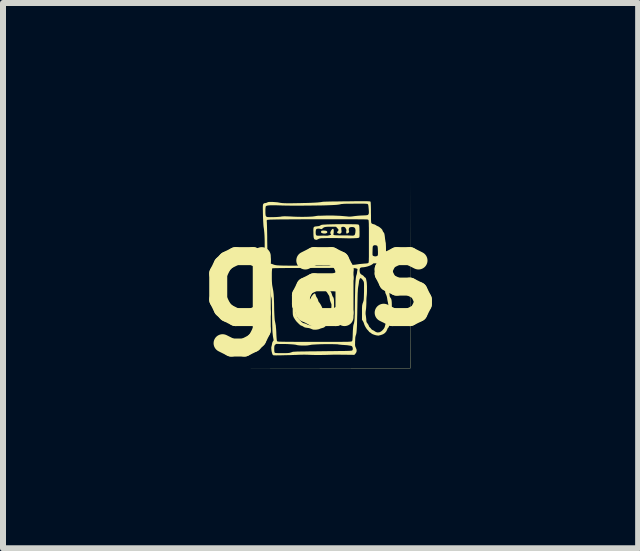
<source format=kicad_pcb>
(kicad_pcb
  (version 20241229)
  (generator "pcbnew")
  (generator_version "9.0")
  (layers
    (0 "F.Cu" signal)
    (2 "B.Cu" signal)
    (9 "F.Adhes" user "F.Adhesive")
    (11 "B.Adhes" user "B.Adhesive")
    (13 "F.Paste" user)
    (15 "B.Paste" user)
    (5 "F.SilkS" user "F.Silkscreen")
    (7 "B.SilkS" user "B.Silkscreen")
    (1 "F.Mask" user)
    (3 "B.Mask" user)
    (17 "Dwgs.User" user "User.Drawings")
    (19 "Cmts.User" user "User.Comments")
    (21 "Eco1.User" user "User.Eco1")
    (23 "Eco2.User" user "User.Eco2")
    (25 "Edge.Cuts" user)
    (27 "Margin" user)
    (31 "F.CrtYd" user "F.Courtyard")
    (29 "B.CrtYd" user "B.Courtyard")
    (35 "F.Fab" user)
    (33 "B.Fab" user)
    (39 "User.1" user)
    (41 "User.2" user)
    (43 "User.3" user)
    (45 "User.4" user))
  (footprint "gas"
    (layer "F.Cu")
    (at 2.293 1.546)
    (property "Reference" "gas" (at 0 0 0) (layer "F.SilkS") (effects (font (size 1.524 1.524) (thickness 0.3))))
    (attr board_only exclude_from_pos_files exclude_from_bom)
    (fp_poly (pts (xy 1.5 1.543) (xy -0.001 1.542) (xy -1.503 1.54) (xy -0.004 1.539) (xy 1.495 1.538) (xy 1.497 -1.546)) (stroke (width 0) (type solid)) (fill yes) (layer "F.SilkS"))
    (fp_poly (pts (xy 0.083 -0.751) (xy 0.101 -0.746) (xy 0.11 -0.736) (xy 0.113 -0.724) (xy 0.108 -0.715) (xy 0.095 -0.708) (xy 0.077 -0.703) (xy 0.056 -0.703) (xy 0.038 -0.706) (xy 0.018 -0.713) (xy 0.008 -0.722) (xy 0.008 -0.734) (xy 0.01 -0.739) (xy 0.014 -0.746) (xy 0.019 -0.75) (xy 0.029 -0.752) (xy 0.047 -0.753) (xy 0.056 -0.753)) (stroke (width 0) (type solid)) (fill yes) (layer "F.SilkS"))
    (fp_poly (pts (xy -0.089 0.301) (xy -0.082 0.316) (xy -0.079 0.329) (xy -0.073 0.346) (xy -0.063 0.363) (xy -0.06 0.368) (xy -0.049 0.385) (xy -0.042 0.404) (xy -0.041 0.409) (xy -0.035 0.428) (xy -0.025 0.443) (xy -0.016 0.453) (xy -0.005 0.47) (xy 0.007 0.49) (xy 0.01 0.496) (xy 0.021 0.518) (xy 0.028 0.534) (xy 0.031 0.55) (xy 0.032 0.568) (xy 0.032 0.579) (xy 0.032 0.6) (xy 0.03 0.614) (xy 0.026 0.624) (xy 0.018 0.635) (xy 0.01 0.645) (xy -0.007 0.66) (xy -0.024 0.674) (xy -0.035 0.681) (xy -0.052 0.69) (xy -0.069 0.699) (xy -0.073 0.701) (xy -0.098 0.709) (xy -0.124 0.707) (xy -0.147 0.697) (xy -0.164 0.686) (xy -0.184 0.676) (xy -0.19 0.673) (xy -0.205 0.665) (xy -0.216 0.655) (xy -0.226 0.639) (xy -0.23 0.631) (xy -0.24 0.613) (xy -0.249 0.599) (xy -0.255 0.592) (xy -0.261 0.58) (xy -0.264 0.563) (xy -0.262 0.545) (xy -0.257 0.53) (xy -0.253 0.524) (xy -0.245 0.513) (xy -0.237 0.497) (xy -0.233 0.485) (xy -0.225 0.464) (xy -0.215 0.45) (xy -0.212 0.449) (xy -0.202 0.438) (xy -0.197 0.428) (xy -0.191 0.415) (xy -0.182 0.401) (xy -0.179 0.398) (xy -0.168 0.382) (xy -0.159 0.364) (xy -0.159 0.362) (xy -0.152 0.349) (xy -0.141 0.334) (xy -0.128 0.318) (xy -0.115 0.305) (xy -0.104 0.297) (xy -0.1 0.296)) (stroke (width 0) (type solid)) (fill yes) (layer "F.SilkS"))
    (fp_poly (pts (xy 0.437 -0.859) (xy 0.447 -0.859) (xy 0.497 -0.859) (xy 0.536 -0.858) (xy 0.568 -0.858) (xy 0.591 -0.857) (xy 0.609 -0.856) (xy 0.621 -0.855) (xy 0.629 -0.853) (xy 0.635 -0.851) (xy 0.638 -0.848) (xy 0.638 -0.848) (xy 0.642 -0.843) (xy 0.644 -0.836) (xy 0.646 -0.825) (xy 0.648 -0.808) (xy 0.649 -0.783) (xy 0.649 -0.75) (xy 0.65 -0.743) (xy 0.65 -0.707) (xy 0.65 -0.679) (xy 0.649 -0.66) (xy 0.648 -0.647) (xy 0.645 -0.64) (xy 0.644 -0.638) (xy 0.64 -0.634) (xy 0.632 -0.632) (xy 0.62 -0.629) (xy 0.602 -0.627) (xy 0.575 -0.626) (xy 0.556 -0.625) (xy 0.523 -0.624) (xy 0.482 -0.623) (xy 0.439 -0.624) (xy 0.397 -0.625) (xy 0.374 -0.625) (xy 0.338 -0.627) (xy 0.294 -0.627) (xy 0.247 -0.628) (xy 0.197 -0.628) (xy 0.15 -0.628) (xy 0.131 -0.628) (xy 0.089 -0.627) (xy 0.055 -0.626) (xy 0.03 -0.626) (xy 0.011 -0.625) (xy -0.003 -0.623) (xy -0.013 -0.621) (xy -0.022 -0.618) (xy -0.03 -0.615) (xy -0.037 -0.611) (xy -0.052 -0.604) (xy -0.062 -0.599) (xy -0.066 -0.598) (xy -0.072 -0.599) (xy -0.083 -0.601) (xy -0.084 -0.601) (xy -0.095 -0.604) (xy -0.104 -0.61) (xy -0.11 -0.622) (xy -0.115 -0.639) (xy -0.117 -0.664) (xy -0.119 -0.698) (xy -0.119 -0.72) (xy -0.119 -0.723) (xy -0.081 -0.723) (xy -0.08 -0.699) (xy -0.077 -0.683) (xy -0.07 -0.673) (xy -0.058 -0.668) (xy -0.038 -0.666) (xy -0.009 -0.667) (xy -0.005 -0.667) (xy 0.023 -0.668) (xy 0.051 -0.669) (xy 0.076 -0.668) (xy 0.085 -0.668) (xy 0.118 -0.668) (xy 0.149 -0.675) (xy 0.15 -0.675) (xy 0.167 -0.681) (xy 0.175 -0.685) (xy 0.176 -0.689) (xy 0.172 -0.694) (xy 0.171 -0.695) (xy 0.163 -0.709) (xy 0.164 -0.727) (xy 0.174 -0.749) (xy 0.177 -0.755) (xy 0.191 -0.773) (xy 0.202 -0.781) (xy 0.211 -0.781) (xy 0.214 -0.778) (xy 0.218 -0.769) (xy 0.22 -0.753) (xy 0.22 -0.734) (xy 0.219 -0.715) (xy 0.216 -0.699) (xy 0.215 -0.697) (xy 0.213 -0.687) (xy 0.218 -0.681) (xy 0.225 -0.678) (xy 0.236 -0.676) (xy 0.258 -0.674) (xy 0.289 -0.673) (xy 0.329 -0.672) (xy 0.379 -0.672) (xy 0.436 -0.672) (xy 0.45 -0.672) (xy 0.47 -0.671) (xy 0.495 -0.67) (xy 0.503 -0.669) (xy 0.531 -0.668) (xy 0.551 -0.67) (xy 0.565 -0.676) (xy 0.573 -0.688) (xy 0.578 -0.707) (xy 0.581 -0.725) (xy 0.583 -0.758) (xy 0.579 -0.782) (xy 0.569 -0.799) (xy 0.552 -0.809) (xy 0.527 -0.812) (xy 0.525 -0.812) (xy 0.501 -0.81) (xy 0.485 -0.805) (xy 0.476 -0.795) (xy 0.471 -0.78) (xy 0.47 -0.761) (xy 0.474 -0.745) (xy 0.474 -0.745) (xy 0.477 -0.732) (xy 0.471 -0.72) (xy 0.455 -0.709) (xy 0.451 -0.707) (xy 0.44 -0.702) (xy 0.434 -0.703) (xy 0.43 -0.711) (xy 0.427 -0.728) (xy 0.429 -0.744) (xy 0.432 -0.758) (xy 0.43 -0.769) (xy 0.423 -0.784) (xy 0.421 -0.787) (xy 0.412 -0.802) (xy 0.402 -0.81) (xy 0.388 -0.814) (xy 0.387 -0.815) (xy 0.369 -0.815) (xy 0.355 -0.812) (xy 0.348 -0.807) (xy 0.345 -0.8) (xy 0.345 -0.787) (xy 0.346 -0.775) (xy 0.348 -0.756) (xy 0.35 -0.739) (xy 0.35 -0.732) (xy 0.348 -0.719) (xy 0.338 -0.708) (xy 0.327 -0.701) (xy 0.317 -0.7) (xy 0.303 -0.703) (xy 0.301 -0.704) (xy 0.283 -0.711) (xy 0.276 -0.72) (xy 0.279 -0.732) (xy 0.287 -0.741) (xy 0.296 -0.753) (xy 0.301 -0.761) (xy 0.301 -0.763) (xy 0.298 -0.77) (xy 0.289 -0.782) (xy 0.28 -0.792) (xy 0.258 -0.816) (xy 0.187 -0.817) (xy 0.146 -0.817) (xy 0.114 -0.816) (xy 0.09 -0.814) (xy 0.071 -0.811) (xy 0.058 -0.806) (xy 0.046 -0.799) (xy 0.038 -0.792) (xy 0.026 -0.781) (xy 0.018 -0.777) (xy 0.008 -0.778) (xy 0.004 -0.779) (xy -0.012 -0.783) (xy -0.031 -0.785) (xy -0.038 -0.785) (xy -0.057 -0.783) (xy -0.069 -0.777) (xy -0.077 -0.764) (xy -0.08 -0.744) (xy -0.081 -0.723) (xy -0.119 -0.723) (xy -0.12 -0.755) (xy -0.119 -0.781) (xy -0.117 -0.799) (xy -0.111 -0.81) (xy -0.102 -0.817) (xy -0.087 -0.821) (xy -0.068 -0.823) (xy -0.057 -0.824) (xy -0.032 -0.827) (xy -0.014 -0.832) (xy -0.001 -0.839) (xy 0.005 -0.843) (xy 0.012 -0.846) (xy 0.021 -0.849) (xy 0.034 -0.85) (xy 0.051 -0.852) (xy 0.076 -0.853) (xy 0.109 -0.855) (xy 0.141 -0.856) (xy 0.179 -0.857) (xy 0.225 -0.858) (xy 0.277 -0.859) (xy 0.331 -0.859) (xy 0.386 -0.86)) (stroke (width 0) (type solid)) (fill yes) (layer "F.SilkS"))
    (fp_poly (pts (xy -0.036 0.141) (xy -0.009 0.145) (xy 0.012 0.152) (xy 0.024 0.159) (xy 0.042 0.169) (xy 0.063 0.177) (xy 0.067 0.178) (xy 0.087 0.186) (xy 0.106 0.198) (xy 0.111 0.203) (xy 0.139 0.229) (xy 0.16 0.253) (xy 0.175 0.274) (xy 0.185 0.297) (xy 0.19 0.314) (xy 0.196 0.332) (xy 0.201 0.344) (xy 0.204 0.349) (xy 0.204 0.349) (xy 0.209 0.354) (xy 0.215 0.365) (xy 0.217 0.371) (xy 0.22 0.38) (xy 0.222 0.392) (xy 0.224 0.408) (xy 0.225 0.429) (xy 0.225 0.458) (xy 0.226 0.495) (xy 0.226 0.518) (xy 0.226 0.563) (xy 0.225 0.598) (xy 0.224 0.624) (xy 0.222 0.642) (xy 0.22 0.652) (xy 0.219 0.654) (xy 0.212 0.666) (xy 0.202 0.681) (xy 0.2 0.683) (xy 0.192 0.699) (xy 0.188 0.714) (xy 0.188 0.716) (xy 0.188 0.722) (xy 0.186 0.728) (xy 0.182 0.735) (xy 0.175 0.745) (xy 0.163 0.758) (xy 0.146 0.776) (xy 0.123 0.8) (xy 0.109 0.815) (xy 0.088 0.836) (xy 0.073 0.85) (xy 0.061 0.86) (xy 0.051 0.865) (xy 0.039 0.869) (xy 0.034 0.87) (xy 0.013 0.876) (xy -0.008 0.883) (xy -0.014 0.886) (xy -0.034 0.893) (xy -0.061 0.898) (xy -0.089 0.9) (xy -0.115 0.899) (xy -0.124 0.898) (xy -0.141 0.892) (xy -0.16 0.884) (xy -0.163 0.883) (xy -0.18 0.876) (xy -0.204 0.871) (xy -0.223 0.869) (xy -0.248 0.865) (xy -0.267 0.86) (xy -0.283 0.851) (xy -0.286 0.849) (xy -0.301 0.84) (xy -0.314 0.834) (xy -0.319 0.834) (xy -0.328 0.83) (xy -0.341 0.821) (xy -0.35 0.813) (xy -0.363 0.801) (xy -0.374 0.79) (xy -0.377 0.787) (xy -0.399 0.765) (xy -0.42 0.738) (xy -0.431 0.721) (xy -0.442 0.703) (xy -0.45 0.689) (xy -0.455 0.675) (xy -0.459 0.661) (xy -0.462 0.644) (xy -0.463 0.623) (xy -0.464 0.596) (xy -0.464 0.56) (xy -0.464 0.549) (xy -0.422 0.549) (xy -0.422 0.576) (xy -0.421 0.595) (xy -0.419 0.608) (xy -0.416 0.618) (xy -0.411 0.627) (xy -0.408 0.632) (xy -0.397 0.651) (xy -0.389 0.673) (xy -0.387 0.679) (xy -0.384 0.692) (xy -0.377 0.704) (xy -0.367 0.717) (xy -0.352 0.734) (xy -0.339 0.747) (xy -0.319 0.766) (xy -0.305 0.779) (xy -0.293 0.787) (xy -0.282 0.791) (xy -0.272 0.793) (xy -0.251 0.799) (xy -0.231 0.808) (xy -0.227 0.81) (xy -0.208 0.819) (xy -0.179 0.826) (xy -0.143 0.83) (xy -0.102 0.832) (xy -0.057 0.831) (xy -0.026 0.829) (xy -0.004 0.826) (xy 0.011 0.823) (xy 0.022 0.818) (xy 0.032 0.809) (xy 0.034 0.808) (xy 0.045 0.797) (xy 0.054 0.791) (xy 0.056 0.79) (xy 0.063 0.787) (xy 0.071 0.778) (xy 0.078 0.769) (xy 0.081 0.764) (xy 0.085 0.759) (xy 0.094 0.753) (xy 0.105 0.744) (xy 0.111 0.735) (xy 0.116 0.725) (xy 0.126 0.712) (xy 0.13 0.707) (xy 0.139 0.694) (xy 0.146 0.678) (xy 0.151 0.655) (xy 0.153 0.646) (xy 0.158 0.623) (xy 0.164 0.601) (xy 0.169 0.584) (xy 0.169 0.583) (xy 0.174 0.567) (xy 0.178 0.545) (xy 0.181 0.521) (xy 0.181 0.519) (xy 0.182 0.496) (xy 0.182 0.479) (xy 0.178 0.465) (xy 0.172 0.449) (xy 0.169 0.444) (xy 0.156 0.403) (xy 0.152 0.377) (xy 0.148 0.351) (xy 0.142 0.332) (xy 0.137 0.325) (xy 0.127 0.31) (xy 0.116 0.291) (xy 0.114 0.288) (xy 0.104 0.273) (xy 0.089 0.256) (xy 0.076 0.244) (xy 0.058 0.231) (xy 0.042 0.223) (xy 0.022 0.217) (xy 0.009 0.215) (xy -0.013 0.211) (xy -0.032 0.206) (xy -0.045 0.201) (xy -0.069 0.195) (xy -0.098 0.195) (xy -0.131 0.201) (xy -0.132 0.201) (xy -0.154 0.206) (xy -0.179 0.211) (xy -0.188 0.212) (xy -0.209 0.217) (xy -0.225 0.224) (xy -0.235 0.233) (xy -0.249 0.246) (xy -0.267 0.262) (xy -0.277 0.272) (xy -0.297 0.289) (xy -0.316 0.307) (xy -0.332 0.323) (xy -0.343 0.336) (xy -0.349 0.344) (xy -0.349 0.345) (xy -0.353 0.351) (xy -0.362 0.361) (xy -0.368 0.366) (xy -0.381 0.381) (xy -0.388 0.398) (xy -0.39 0.409) (xy -0.394 0.427) (xy -0.401 0.443) (xy -0.404 0.447) (xy -0.411 0.457) (xy -0.416 0.468) (xy -0.419 0.483) (xy -0.421 0.504) (xy -0.422 0.533) (xy -0.422 0.549) (xy -0.464 0.549) (xy -0.464 0.543) (xy -0.464 0.504) (xy -0.464 0.475) (xy -0.464 0.453) (xy -0.463 0.437) (xy -0.461 0.426) (xy -0.458 0.418) (xy -0.455 0.411) (xy -0.454 0.41) (xy -0.447 0.399) (xy -0.441 0.393) (xy -0.44 0.393) (xy -0.437 0.388) (xy -0.433 0.376) (xy -0.43 0.367) (xy -0.423 0.347) (xy -0.412 0.328) (xy -0.409 0.323) (xy -0.397 0.307) (xy -0.387 0.291) (xy -0.386 0.288) (xy -0.374 0.272) (xy -0.355 0.254) (xy -0.332 0.236) (xy -0.308 0.221) (xy -0.306 0.22) (xy -0.287 0.209) (xy -0.269 0.196) (xy -0.265 0.193) (xy -0.25 0.183) (xy -0.237 0.178) (xy -0.233 0.177) (xy -0.21 0.172) (xy -0.186 0.156) (xy -0.184 0.154) (xy -0.177 0.149) (xy -0.167 0.146) (xy -0.153 0.143) (xy -0.132 0.142) (xy -0.113 0.141) (xy -0.07 0.14)) (stroke (width 0) (type solid)) (fill yes) (layer "F.SilkS"))
    (fp_poly (pts (xy 0.751 -1.242) (xy 0.776 -1.242) (xy 0.795 -1.241) (xy 0.81 -1.24) (xy 0.82 -1.239) (xy 0.826 -1.238) (xy 0.83 -1.237) (xy 0.832 -1.235) (xy 0.834 -1.23) (xy 0.836 -1.22) (xy 0.837 -1.202) (xy 0.838 -1.178) (xy 0.839 -1.145) (xy 0.84 -1.104) (xy 0.84 -1.054) (xy 0.841 -1.006) (xy 0.841 -0.968) (xy 0.841 -0.939) (xy 0.842 -0.916) (xy 0.843 -0.9) (xy 0.844 -0.889) (xy 0.846 -0.881) (xy 0.848 -0.877) (xy 0.851 -0.873) (xy 0.853 -0.871) (xy 0.866 -0.864) (xy 0.884 -0.859) (xy 0.886 -0.858) (xy 0.905 -0.853) (xy 0.922 -0.843) (xy 0.923 -0.842) (xy 0.939 -0.832) (xy 0.957 -0.824) (xy 0.958 -0.824) (xy 0.97 -0.818) (xy 0.986 -0.807) (xy 1.002 -0.794) (xy 1.017 -0.78) (xy 1.028 -0.767) (xy 1.032 -0.759) (xy 1.032 -0.758) (xy 1.036 -0.747) (xy 1.044 -0.732) (xy 1.056 -0.717) (xy 1.061 -0.708) (xy 1.065 -0.694) (xy 1.069 -0.672) (xy 1.073 -0.641) (xy 1.073 -0.639) (xy 1.076 -0.611) (xy 1.08 -0.586) (xy 1.083 -0.566) (xy 1.086 -0.554) (xy 1.088 -0.542) (xy 1.089 -0.521) (xy 1.09 -0.495) (xy 1.091 -0.464) (xy 1.091 -0.431) (xy 1.091 -0.399) (xy 1.09 -0.37) (xy 1.089 -0.345) (xy 1.087 -0.328) (xy 1.087 -0.325) (xy 1.086 -0.316) (xy 1.085 -0.306) (xy 1.085 -0.293) (xy 1.086 -0.276) (xy 1.088 -0.253) (xy 1.091 -0.223) (xy 1.096 -0.185) (xy 1.098 -0.164) (xy 1.102 -0.131) (xy 1.105 -0.093) (xy 1.108 -0.052) (xy 1.11 -0.015) (xy 1.111 -0.011) (xy 1.112 0.022) (xy 1.115 0.054) (xy 1.118 0.083) (xy 1.121 0.105) (xy 1.122 0.11) (xy 1.131 0.152) (xy 1.137 0.186) (xy 1.141 0.215) (xy 1.145 0.244) (xy 1.147 0.274) (xy 1.148 0.287) (xy 1.15 0.314) (xy 1.152 0.334) (xy 1.154 0.347) (xy 1.158 0.356) (xy 1.164 0.364) (xy 1.165 0.366) (xy 1.172 0.376) (xy 1.178 0.387) (xy 1.182 0.402) (xy 1.185 0.421) (xy 1.187 0.446) (xy 1.188 0.478) (xy 1.188 0.52) (xy 1.188 0.53) (xy 1.188 0.58) (xy 1.186 0.622) (xy 1.184 0.654) (xy 1.181 0.68) (xy 1.177 0.699) (xy 1.171 0.713) (xy 1.167 0.719) (xy 1.161 0.731) (xy 1.156 0.749) (xy 1.152 0.774) (xy 1.15 0.785) (xy 1.146 0.819) (xy 1.141 0.843) (xy 1.135 0.859) (xy 1.128 0.867) (xy 1.126 0.868) (xy 1.121 0.874) (xy 1.114 0.887) (xy 1.111 0.898) (xy 1.096 0.928) (xy 1.073 0.955) (xy 1.043 0.975) (xy 1.016 0.985) (xy 0.996 0.991) (xy 0.978 0.995) (xy 0.968 0.998) (xy 0.953 0.997) (xy 0.931 0.994) (xy 0.907 0.988) (xy 0.883 0.98) (xy 0.863 0.972) (xy 0.85 0.964) (xy 0.85 0.964) (xy 0.836 0.952) (xy 0.821 0.943) (xy 0.811 0.936) (xy 0.807 0.931) (xy 0.807 0.931) (xy 0.803 0.924) (xy 0.794 0.914) (xy 0.793 0.913) (xy 0.777 0.896) (xy 0.76 0.873) (xy 0.745 0.847) (xy 0.733 0.823) (xy 0.726 0.803) (xy 0.719 0.782) (xy 0.709 0.761) (xy 0.705 0.755) (xy 0.691 0.734) (xy 0.691 0.613) (xy 0.691 0.574) (xy 0.691 0.544) (xy 0.692 0.521) (xy 0.693 0.503) (xy 0.695 0.489) (xy 0.698 0.477) (xy 0.701 0.464) (xy 0.706 0.451) (xy 0.707 0.449) (xy 0.711 0.436) (xy 0.715 0.424) (xy 0.718 0.412) (xy 0.72 0.399) (xy 0.721 0.382) (xy 0.722 0.361) (xy 0.723 0.333) (xy 0.724 0.297) (xy 0.725 0.264) (xy 0.725 0.212) (xy 0.725 0.17) (xy 0.725 0.139) (xy 0.723 0.116) (xy 0.721 0.103) (xy 0.721 0.103) (xy 0.714 0.088) (xy 0.702 0.07) (xy 0.693 0.059) (xy 0.68 0.046) (xy 0.671 0.04) (xy 0.664 0.04) (xy 0.663 0.041) (xy 0.654 0.052) (xy 0.646 0.07) (xy 0.641 0.091) (xy 0.64 0.103) (xy 0.639 0.117) (xy 0.636 0.138) (xy 0.632 0.163) (xy 0.629 0.179) (xy 0.627 0.191) (xy 0.625 0.205) (xy 0.623 0.221) (xy 0.622 0.239) (xy 0.621 0.261) (xy 0.619 0.288) (xy 0.618 0.32) (xy 0.617 0.359) (xy 0.616 0.406) (xy 0.615 0.46) (xy 0.614 0.525) (xy 0.613 0.56) (xy 0.612 0.636) (xy 0.61 0.702) (xy 0.609 0.76) (xy 0.608 0.808) (xy 0.606 0.85) (xy 0.604 0.884) (xy 0.602 0.912) (xy 0.6 0.936) (xy 0.598 0.954) (xy 0.595 0.969) (xy 0.592 0.981) (xy 0.588 0.991) (xy 0.588 0.993) (xy 0.584 1.006) (xy 0.58 1.024) (xy 0.578 1.05) (xy 0.577 1.085) (xy 0.576 1.093) (xy 0.576 1.124) (xy 0.575 1.146) (xy 0.576 1.162) (xy 0.578 1.174) (xy 0.581 1.184) (xy 0.586 1.194) (xy 0.588 1.199) (xy 0.6 1.229) (xy 0.602 1.257) (xy 0.594 1.281) (xy 0.583 1.297) (xy 0.564 1.319) (xy 0.402 1.317) (xy 0.36 1.317) (xy 0.32 1.316) (xy 0.285 1.316) (xy 0.254 1.316) (xy 0.232 1.316) (xy 0.217 1.316) (xy 0.215 1.316) (xy 0.147 1.318) (xy 0.079 1.32) (xy 0.015 1.321) (xy -0.045 1.321) (xy -0.099 1.321) (xy -0.145 1.32) (xy -0.172 1.319) (xy -0.22 1.317) (xy -0.274 1.316) (xy -0.329 1.317) (xy -0.371 1.318) (xy -0.406 1.32) (xy -0.449 1.321) (xy -0.496 1.323) (xy -0.547 1.324) (xy -0.596 1.325) (xy -0.632 1.326) (xy -0.677 1.327) (xy -0.713 1.327) (xy -0.74 1.328) (xy -0.76 1.327) (xy -0.774 1.327) (xy -0.784 1.326) (xy -0.79 1.324) (xy -0.794 1.321) (xy -0.796 1.319) (xy -0.803 1.307) (xy -0.809 1.287) (xy -0.815 1.263) (xy -0.819 1.237) (xy -0.82 1.22) (xy -0.772 1.22) (xy -0.771 1.249) (xy -0.769 1.269) (xy -0.765 1.28) (xy -0.764 1.282) (xy -0.761 1.285) (xy -0.754 1.287) (xy -0.744 1.288) (xy -0.729 1.289) (xy -0.707 1.29) (xy -0.677 1.29) (xy -0.641 1.29) (xy -0.603 1.29) (xy -0.573 1.29) (xy -0.55 1.289) (xy -0.533 1.288) (xy -0.519 1.286) (xy -0.507 1.283) (xy -0.494 1.279) (xy -0.488 1.277) (xy -0.482 1.275) (xy -0.478 1.274) (xy -0.474 1.272) (xy -0.47 1.271) (xy -0.465 1.269) (xy -0.459 1.268) (xy -0.451 1.267) (xy -0.44 1.267) (xy -0.427 1.266) (xy -0.41 1.265) (xy -0.389 1.264) (xy -0.364 1.264) (xy -0.333 1.263) (xy -0.297 1.262) (xy -0.254 1.262) (xy -0.205 1.261) (xy -0.149 1.26) (xy -0.085 1.26) (xy -0.012 1.259) (xy 0.069 1.258) (xy 0.16 1.257) (xy 0.261 1.256) (xy 0.31 1.255) (xy 0.368 1.255) (xy 0.415 1.254) (xy 0.452 1.253) (xy 0.482 1.252) (xy 0.503 1.25) (xy 0.517 1.249) (xy 0.525 1.247) (xy 0.527 1.246) (xy 0.535 1.236) (xy 0.538 1.219) (xy 0.536 1.2) (xy 0.529 1.183) (xy 0.524 1.177) (xy 0.517 1.172) (xy 0.507 1.168) (xy 0.489 1.165) (xy 0.469 1.162) (xy 0.441 1.158) (xy 0.411 1.156) (xy 0.386 1.154) (xy 0.379 1.154) (xy 0.354 1.152) (xy 0.324 1.149) (xy 0.3 1.146) (xy 0.281 1.143) (xy 0.253 1.142) (xy 0.218 1.141) (xy 0.178 1.14) (xy 0.134 1.14) (xy 0.088 1.14) (xy 0.041 1.141) (xy -0.005 1.142) (xy -0.048 1.144) (xy -0.088 1.146) (xy -0.122 1.148) (xy -0.148 1.15) (xy -0.166 1.153) (xy -0.169 1.154) (xy -0.192 1.158) (xy -0.221 1.162) (xy -0.256 1.164) (xy -0.292 1.164) (xy -0.327 1.163) (xy -0.358 1.161) (xy -0.384 1.158) (xy -0.395 1.155) (xy -0.416 1.15) (xy -0.447 1.146) (xy -0.486 1.143) (xy -0.535 1.14) (xy -0.59 1.138) (xy -0.652 1.138) (xy -0.742 1.137) (xy -0.757 1.152) (xy -0.764 1.16) (xy -0.768 1.167) (xy -0.77 1.177) (xy -0.771 1.192) (xy -0.772 1.215) (xy -0.772 1.22) (xy -0.82 1.22) (xy -0.821 1.213) (xy -0.821 1.193) (xy -0.818 1.181) (xy -0.815 1.169) (xy -0.811 1.152) (xy -0.809 1.138) (xy -0.803 1.111) (xy -0.793 1.092) (xy -0.786 1.084) (xy -0.783 1.077) (xy -0.783 1.067) (xy -0.786 1.052) (xy -0.788 1.04) (xy -0.792 1.019) (xy -0.795 0.996) (xy -0.798 0.969) (xy -0.801 0.937) (xy -0.803 0.899) (xy -0.804 0.855) (xy -0.806 0.803) (xy -0.807 0.743) (xy -0.808 0.673) (xy -0.809 0.628) (xy -0.809 0.57) (xy -0.81 0.521) (xy -0.811 0.481) (xy -0.812 0.449) (xy -0.812 0.424) (xy -0.813 0.404) (xy -0.815 0.389) (xy -0.816 0.377) (xy -0.818 0.368) (xy -0.82 0.361) (xy -0.822 0.357) (xy -0.826 0.34) (xy -0.83 0.314) (xy -0.834 0.28) (xy -0.837 0.239) (xy -0.84 0.191) (xy -0.842 0.139) (xy -0.843 0.083) (xy -0.844 0.025) (xy -0.844 -0.005) (xy -0.844 -0.013) (xy -0.812 -0.013) (xy -0.812 0.022) (xy -0.812 0.057) (xy -0.811 0.091) (xy -0.809 0.122) (xy -0.807 0.148) (xy -0.804 0.167) (xy -0.804 0.168) (xy -0.798 0.2) (xy -0.793 0.228) (xy -0.788 0.254) (xy -0.785 0.279) (xy -0.782 0.306) (xy -0.78 0.335) (xy -0.778 0.368) (xy -0.777 0.407) (xy -0.775 0.454) (xy -0.774 0.505) (xy -0.773 0.566) (xy -0.771 0.616) (xy -0.769 0.658) (xy -0.767 0.692) (xy -0.765 0.719) (xy -0.763 0.74) (xy -0.761 0.753) (xy -0.756 0.777) (xy -0.751 0.801) (xy -0.748 0.82) (xy -0.747 0.823) (xy -0.745 0.835) (xy -0.744 0.857) (xy -0.741 0.885) (xy -0.739 0.917) (xy -0.737 0.953) (xy -0.737 0.965) (xy -0.735 1.005) (xy -0.733 1.036) (xy -0.731 1.059) (xy -0.729 1.075) (xy -0.726 1.085) (xy -0.724 1.091) (xy -0.723 1.092) (xy -0.721 1.093) (xy -0.718 1.095) (xy -0.714 1.096) (xy -0.707 1.097) (xy -0.697 1.098) (xy -0.684 1.099) (xy -0.667 1.099) (xy -0.645 1.1) (xy -0.618 1.1) (xy -0.585 1.101) (xy -0.546 1.101) (xy -0.5 1.101) (xy -0.446 1.102) (xy -0.384 1.102) (xy -0.314 1.102) (xy -0.234 1.102) (xy -0.144 1.102) (xy -0.102 1.102) (xy -0.008 1.102) (xy 0.076 1.102) (xy 0.15 1.102) (xy 0.216 1.102) (xy 0.273 1.102) (xy 0.323 1.102) (xy 0.365 1.102) (xy 0.4 1.101) (xy 0.43 1.101) (xy 0.454 1.101) (xy 0.473 1.1) (xy 0.488 1.099) (xy 0.499 1.098) (xy 0.508 1.097) (xy 0.513 1.096) (xy 0.517 1.095) (xy 0.52 1.094) (xy 0.521 1.093) (xy 0.525 1.089) (xy 0.528 1.085) (xy 0.53 1.077) (xy 0.532 1.066) (xy 0.533 1.05) (xy 0.535 1.026) (xy 0.536 0.995) (xy 0.537 0.96) (xy 0.539 0.913) (xy 0.542 0.876) (xy 0.544 0.848) (xy 0.547 0.828) (xy 0.55 0.815) (xy 0.55 0.814) (xy 0.555 0.801) (xy 0.558 0.788) (xy 0.561 0.773) (xy 0.564 0.755) (xy 0.566 0.733) (xy 0.568 0.707) (xy 0.569 0.675) (xy 0.571 0.636) (xy 0.571 0.59) (xy 0.572 0.536) (xy 0.573 0.472) (xy 0.573 0.441) (xy 0.574 0.356) (xy 0.576 0.28) (xy 0.577 0.215) (xy 0.579 0.159) (xy 0.582 0.111) (xy 0.585 0.071) (xy 0.588 0.039) (xy 0.592 0.015) (xy 0.596 -0.004) (xy 0.599 -0.011) (xy 0.604 -0.027) (xy 0.608 -0.048) (xy 0.61 -0.07) (xy 0.612 -0.079) (xy 0.613 -0.087) (xy 0.613 -0.087) (xy 0.651 -0.087) (xy 0.654 -0.058) (xy 0.664 -0.035) (xy 0.682 -0.019) (xy 0.692 -0.014) (xy 0.708 -0.004) (xy 0.721 0.008) (xy 0.723 0.011) (xy 0.733 0.023) (xy 0.742 0.03) (xy 0.743 0.03) (xy 0.748 0.033) (xy 0.753 0.038) (xy 0.757 0.048) (xy 0.761 0.064) (xy 0.766 0.088) (xy 0.77 0.11) (xy 0.772 0.14) (xy 0.774 0.176) (xy 0.774 0.214) (xy 0.774 0.253) (xy 0.773 0.29) (xy 0.771 0.321) (xy 0.769 0.339) (xy 0.767 0.358) (xy 0.765 0.384) (xy 0.764 0.415) (xy 0.764 0.445) (xy 0.764 0.446) (xy 0.763 0.479) (xy 0.761 0.514) (xy 0.759 0.546) (xy 0.756 0.57) (xy 0.752 0.598) (xy 0.751 0.619) (xy 0.751 0.64) (xy 0.755 0.665) (xy 0.756 0.673) (xy 0.759 0.698) (xy 0.762 0.723) (xy 0.763 0.743) (xy 0.763 0.748) (xy 0.765 0.766) (xy 0.771 0.78) (xy 0.782 0.795) (xy 0.793 0.811) (xy 0.802 0.827) (xy 0.804 0.833) (xy 0.81 0.848) (xy 0.819 0.859) (xy 0.831 0.87) (xy 0.842 0.884) (xy 0.854 0.897) (xy 0.869 0.907) (xy 0.871 0.907) (xy 0.886 0.914) (xy 0.897 0.921) (xy 0.898 0.922) (xy 0.924 0.939) (xy 0.953 0.946) (xy 0.983 0.942) (xy 0.992 0.938) (xy 1.013 0.926) (xy 1.033 0.908) (xy 1.052 0.887) (xy 1.065 0.866) (xy 1.07 0.854) (xy 1.077 0.826) (xy 1.082 0.807) (xy 1.087 0.794) (xy 1.092 0.786) (xy 1.095 0.782) (xy 1.099 0.774) (xy 1.103 0.758) (xy 1.107 0.732) (xy 1.111 0.7) (xy 1.114 0.67) (xy 1.118 0.64) (xy 1.122 0.615) (xy 1.126 0.597) (xy 1.126 0.595) (xy 1.133 0.55) (xy 1.133 0.5) (xy 1.124 0.45) (xy 1.124 0.448) (xy 1.118 0.423) (xy 1.113 0.396) (xy 1.11 0.374) (xy 1.11 0.374) (xy 1.105 0.349) (xy 1.096 0.322) (xy 1.091 0.311) (xy 1.086 0.301) (xy 1.082 0.291) (xy 1.079 0.281) (xy 1.077 0.268) (xy 1.076 0.251) (xy 1.074 0.229) (xy 1.073 0.198) (xy 1.072 0.163) (xy 1.071 0.123) (xy 1.07 0.091) (xy 1.068 0.066) (xy 1.066 0.046) (xy 1.063 0.03) (xy 1.059 0.014) (xy 1.056 0.003) (xy 1.046 -0.04) (xy 1.038 -0.088) (xy 1.033 -0.136) (xy 1.032 -0.162) (xy 1.032 -0.179) (xy 1.029 -0.191) (xy 1.023 -0.199) (xy 1.011 -0.204) (xy 0.993 -0.206) (xy 0.966 -0.207) (xy 0.949 -0.207) (xy 0.884 -0.207) (xy 0.861 -0.189) (xy 0.841 -0.177) (xy 0.813 -0.165) (xy 0.781 -0.154) (xy 0.747 -0.146) (xy 0.715 -0.141) (xy 0.695 -0.14) (xy 0.674 -0.137) (xy 0.66 -0.128) (xy 0.653 -0.112) (xy 0.651 -0.087) (xy 0.613 -0.087) (xy 0.615 -0.094) (xy 0.616 -0.1) (xy 0.616 -0.106) (xy 0.614 -0.111) (xy 0.611 -0.115) (xy 0.604 -0.118) (xy 0.594 -0.121) (xy 0.581 -0.124) (xy 0.563 -0.126) (xy 0.541 -0.128) (xy 0.513 -0.129) (xy 0.479 -0.13) (xy 0.439 -0.13) (xy 0.392 -0.131) (xy 0.338 -0.131) (xy 0.276 -0.131) (xy 0.205 -0.131) (xy 0.126 -0.13) (xy 0.036 -0.13) (xy -0.063 -0.13) (xy -0.1 -0.13) (xy -0.209 -0.13) (xy -0.308 -0.13) (xy -0.397 -0.129) (xy -0.476 -0.129) (xy -0.546 -0.129) (xy -0.607 -0.128) (xy -0.659 -0.128) (xy -0.702 -0.127) (xy -0.737 -0.127) (xy -0.765 -0.126) (xy -0.785 -0.125) (xy -0.798 -0.124) (xy -0.804 -0.123) (xy -0.805 -0.123) (xy -0.807 -0.116) (xy -0.809 -0.099) (xy -0.811 -0.075) (xy -0.812 -0.046) (xy -0.812 -0.013) (xy -0.844 -0.013) (xy -0.844 -0.043) (xy -0.845 -0.071) (xy -0.845 -0.092) (xy -0.847 -0.107) (xy -0.848 -0.118) (xy -0.851 -0.126) (xy -0.855 -0.133) (xy -0.855 -0.133) (xy -0.865 -0.146) (xy -0.876 -0.15) (xy -0.882 -0.151) (xy -0.905 -0.155) (xy -0.927 -0.165) (xy -0.944 -0.178) (xy -0.95 -0.185) (xy -0.95 -0.192) (xy -0.946 -0.203) (xy -0.943 -0.208) (xy -0.941 -0.214) (xy -0.938 -0.221) (xy -0.937 -0.231) (xy -0.935 -0.243) (xy -0.934 -0.26) (xy -0.933 -0.283) (xy -0.932 -0.312) (xy -0.932 -0.349) (xy -0.931 -0.395) (xy -0.931 -0.425) (xy -0.931 -0.499) (xy -0.931 -0.563) (xy -0.932 -0.62) (xy -0.934 -0.67) (xy -0.937 -0.715) (xy -0.941 -0.756) (xy -0.946 -0.795) (xy -0.949 -0.812) (xy -0.951 -0.83) (xy -0.953 -0.857) (xy -0.955 -0.892) (xy -0.956 -0.908) (xy -0.897 -0.908) (xy -0.895 -0.893) (xy -0.895 -0.883) (xy -0.894 -0.862) (xy -0.893 -0.833) (xy -0.892 -0.796) (xy -0.891 -0.753) (xy -0.89 -0.704) (xy -0.889 -0.65) (xy -0.889 -0.594) (xy -0.888 -0.539) (xy -0.887 -0.471) (xy -0.887 -0.412) (xy -0.886 -0.363) (xy -0.885 -0.322) (xy -0.884 -0.289) (xy -0.883 -0.263) (xy -0.882 -0.242) (xy -0.88 -0.228) (xy -0.878 -0.217) (xy -0.874 -0.21) (xy -0.871 -0.206) (xy -0.866 -0.205) (xy -0.861 -0.204) (xy -0.855 -0.204) (xy -0.851 -0.204) (xy -0.836 -0.202) (xy -0.816 -0.198) (xy -0.802 -0.193) (xy -0.791 -0.189) (xy -0.781 -0.185) (xy -0.771 -0.182) (xy -0.761 -0.179) (xy -0.75 -0.177) (xy -0.737 -0.175) (xy -0.721 -0.173) (xy -0.702 -0.172) (xy -0.68 -0.171) (xy -0.653 -0.17) (xy -0.622 -0.169) (xy -0.584 -0.169) (xy -0.54 -0.168) (xy -0.489 -0.168) (xy -0.43 -0.168) (xy -0.363 -0.169) (xy -0.286 -0.169) (xy -0.2 -0.169) (xy -0.159 -0.169) (xy -0.08 -0.17) (xy -0.003 -0.17) (xy 0.071 -0.171) (xy 0.142 -0.171) (xy 0.209 -0.172) (xy 0.271 -0.172) (xy 0.327 -0.173) (xy 0.376 -0.174) (xy 0.418 -0.175) (xy 0.451 -0.175) (xy 0.475 -0.176) (xy 0.484 -0.177) (xy 0.518 -0.179) (xy 0.553 -0.182) (xy 0.584 -0.185) (xy 0.61 -0.189) (xy 0.618 -0.19) (xy 0.644 -0.194) (xy 0.675 -0.197) (xy 0.708 -0.2) (xy 0.726 -0.202) (xy 0.756 -0.204) (xy 0.777 -0.206) (xy 0.791 -0.21) (xy 0.797 -0.214) (xy 0.799 -0.216) (xy 0.801 -0.219) (xy 0.802 -0.225) (xy 0.803 -0.234) (xy 0.804 -0.246) (xy 0.805 -0.263) (xy 0.805 -0.285) (xy 0.806 -0.313) (xy 0.806 -0.347) (xy 0.806 -0.364) (xy 0.866 -0.364) (xy 0.866 -0.351) (xy 0.868 -0.342) (xy 0.871 -0.337) (xy 0.875 -0.333) (xy 0.877 -0.331) (xy 0.893 -0.325) (xy 0.913 -0.322) (xy 0.932 -0.325) (xy 0.947 -0.331) (xy 0.949 -0.333) (xy 0.953 -0.339) (xy 0.955 -0.346) (xy 0.957 -0.358) (xy 0.957 -0.375) (xy 0.957 -0.401) (xy 0.956 -0.416) (xy 0.955 -0.449) (xy 0.953 -0.472) (xy 0.95 -0.488) (xy 0.945 -0.498) (xy 0.937 -0.503) (xy 0.925 -0.507) (xy 0.917 -0.508) (xy 0.9 -0.509) (xy 0.887 -0.505) (xy 0.882 -0.501) (xy 0.876 -0.496) (xy 0.873 -0.491) (xy 0.87 -0.482) (xy 0.869 -0.47) (xy 0.868 -0.45) (xy 0.867 -0.422) (xy 0.867 -0.415) (xy 0.866 -0.385) (xy 0.866 -0.364) (xy 0.806 -0.364) (xy 0.806 -0.39) (xy 0.806 -0.441) (xy 0.806 -0.501) (xy 0.806 -0.57) (xy 0.806 -0.641) (xy 0.806 -0.702) (xy 0.806 -0.753) (xy 0.806 -0.796) (xy 0.805 -0.832) (xy 0.805 -0.861) (xy 0.804 -0.883) (xy 0.803 -0.9) (xy 0.802 -0.912) (xy 0.801 -0.921) (xy 0.8 -0.926) (xy 0.798 -0.929) (xy 0.796 -0.931) (xy 0.794 -0.934) (xy 0.79 -0.935) (xy 0.783 -0.937) (xy 0.774 -0.938) (xy 0.76 -0.939) (xy 0.741 -0.939) (xy 0.716 -0.94) (xy 0.684 -0.94) (xy 0.645 -0.94) (xy 0.597 -0.941) (xy 0.539 -0.941) (xy 0.512 -0.941) (xy 0.359 -0.941) (xy 0.215 -0.941) (xy 0.078 -0.941) (xy -0.051 -0.941) (xy -0.171 -0.941) (xy -0.282 -0.941) (xy -0.385 -0.94) (xy -0.478 -0.94) (xy -0.563 -0.939) (xy -0.638 -0.939) (xy -0.704 -0.938) (xy -0.759 -0.937) (xy -0.805 -0.936) (xy -0.841 -0.935) (xy -0.867 -0.933) (xy -0.882 -0.932) (xy -0.886 -0.931) (xy -0.894 -0.926) (xy -0.897 -0.92) (xy -0.897 -0.908) (xy -0.956 -0.908) (xy -0.957 -0.932) (xy -0.959 -0.976) (xy -0.96 -1.02) (xy -0.961 -1.066) (xy -0.961 -1.081) (xy -0.919 -1.081) (xy -0.919 -1.055) (xy -0.918 -1.03) (xy -0.916 -1.011) (xy -0.914 -1.001) (xy -0.904 -0.986) (xy -0.893 -0.979) (xy -0.883 -0.978) (xy -0.864 -0.977) (xy -0.838 -0.976) (xy -0.808 -0.977) (xy -0.776 -0.977) (xy -0.743 -0.978) (xy -0.713 -0.98) (xy -0.687 -0.982) (xy -0.668 -0.984) (xy -0.659 -0.985) (xy -0.648 -0.988) (xy -0.634 -0.989) (xy -0.617 -0.99) (xy -0.595 -0.991) (xy -0.567 -0.99) (xy -0.531 -0.989) (xy -0.487 -0.987) (xy -0.454 -0.985) (xy -0.407 -0.983) (xy -0.357 -0.982) (xy -0.306 -0.981) (xy -0.256 -0.982) (xy -0.209 -0.983) (xy -0.167 -0.985) (xy -0.131 -0.987) (xy -0.103 -0.991) (xy -0.094 -0.992) (xy -0.071 -0.996) (xy -0.05 -0.999) (xy -0.035 -1) (xy -0.023 -1) (xy -0.002 -1) (xy 0.025 -1.001) (xy 0.057 -1.002) (xy 0.092 -1.003) (xy 0.099 -1.003) (xy 0.215 -1.003) (xy 0.332 -0.998) (xy 0.438 -0.989) (xy 0.466 -0.986) (xy 0.49 -0.985) (xy 0.514 -0.987) (xy 0.542 -0.99) (xy 0.551 -0.992) (xy 0.578 -0.995) (xy 0.613 -0.999) (xy 0.65 -1.002) (xy 0.687 -1.004) (xy 0.698 -1.004) (xy 0.731 -1.006) (xy 0.755 -1.007) (xy 0.771 -1.009) (xy 0.782 -1.011) (xy 0.789 -1.013) (xy 0.793 -1.017) (xy 0.797 -1.022) (xy 0.801 -1.029) (xy 0.804 -1.036) (xy 0.805 -1.045) (xy 0.806 -1.06) (xy 0.805 -1.081) (xy 0.803 -1.11) (xy 0.8 -1.141) (xy 0.798 -1.164) (xy 0.795 -1.179) (xy 0.792 -1.188) (xy 0.788 -1.192) (xy 0.785 -1.195) (xy 0.781 -1.197) (xy 0.773 -1.198) (xy 0.762 -1.199) (xy 0.746 -1.2) (xy 0.724 -1.201) (xy 0.696 -1.201) (xy 0.659 -1.201) (xy 0.614 -1.201) (xy 0.571 -1.201) (xy 0.516 -1.2) (xy 0.471 -1.2) (xy 0.434 -1.2) (xy 0.404 -1.199) (xy 0.381 -1.198) (xy 0.363 -1.196) (xy 0.349 -1.195) (xy 0.337 -1.193) (xy 0.331 -1.191) (xy 0.316 -1.188) (xy 0.296 -1.185) (xy 0.271 -1.182) (xy 0.24 -1.18) (xy 0.203 -1.178) (xy 0.158 -1.176) (xy 0.106 -1.174) (xy 0.045 -1.172) (xy -0.024 -1.171) (xy -0.103 -1.17) (xy -0.192 -1.169) (xy -0.207 -1.169) (xy -0.312 -1.168) (xy -0.406 -1.168) (xy -0.491 -1.168) (xy -0.566 -1.169) (xy -0.63 -1.17) (xy -0.672 -1.172) (xy -0.733 -1.174) (xy -0.783 -1.175) (xy -0.824 -1.175) (xy -0.857 -1.173) (xy -0.881 -1.17) (xy -0.898 -1.166) (xy -0.909 -1.16) (xy -0.912 -1.157) (xy -0.915 -1.148) (xy -0.917 -1.13) (xy -0.919 -1.107) (xy -0.919 -1.081) (xy -0.961 -1.081) (xy -0.962 -1.103) (xy -0.962 -1.131) (xy -0.962 -1.153) (xy -0.961 -1.169) (xy -0.96 -1.18) (xy -0.958 -1.187) (xy -0.956 -1.193) (xy -0.954 -1.196) (xy -0.943 -1.207) (xy -0.929 -1.21) (xy -0.913 -1.212) (xy -0.895 -1.218) (xy -0.889 -1.221) (xy -0.878 -1.226) (xy -0.867 -1.229) (xy -0.853 -1.23) (xy -0.834 -1.23) (xy -0.807 -1.23) (xy -0.8 -1.23) (xy -0.772 -1.228) (xy -0.744 -1.226) (xy -0.721 -1.224) (xy -0.707 -1.222) (xy -0.688 -1.218) (xy -0.668 -1.215) (xy -0.647 -1.212) (xy -0.624 -1.21) (xy -0.596 -1.209) (xy -0.564 -1.208) (xy -0.525 -1.208) (xy -0.48 -1.208) (xy -0.426 -1.209) (xy -0.362 -1.21) (xy -0.35 -1.21) (xy -0.28 -1.212) (xy -0.219 -1.213) (xy -0.166 -1.215) (xy -0.121 -1.217) (xy -0.083 -1.219) (xy -0.05 -1.221) (xy -0.021 -1.224) (xy 0.005 -1.227) (xy 0.029 -1.231) (xy 0.032 -1.232) (xy 0.043 -1.233) (xy 0.063 -1.234) (xy 0.091 -1.235) (xy 0.128 -1.236) (xy 0.172 -1.237) (xy 0.222 -1.238) (xy 0.277 -1.238) (xy 0.336 -1.239) (xy 0.398 -1.24) (xy 0.444 -1.24) (xy 0.517 -1.241) (xy 0.581 -1.242) (xy 0.636 -1.242) (xy 0.682 -1.242) (xy 0.72 -1.242)) (stroke (width 0) (type solid)) (fill yes) (layer "F.SilkS")))
  (gr_rect
    (start -3 -3)
    (end 7.587 6.089)
    (stroke (width 0.1) (type default))
    (fill no)
    (layer "Edge.Cuts")))
</source>
